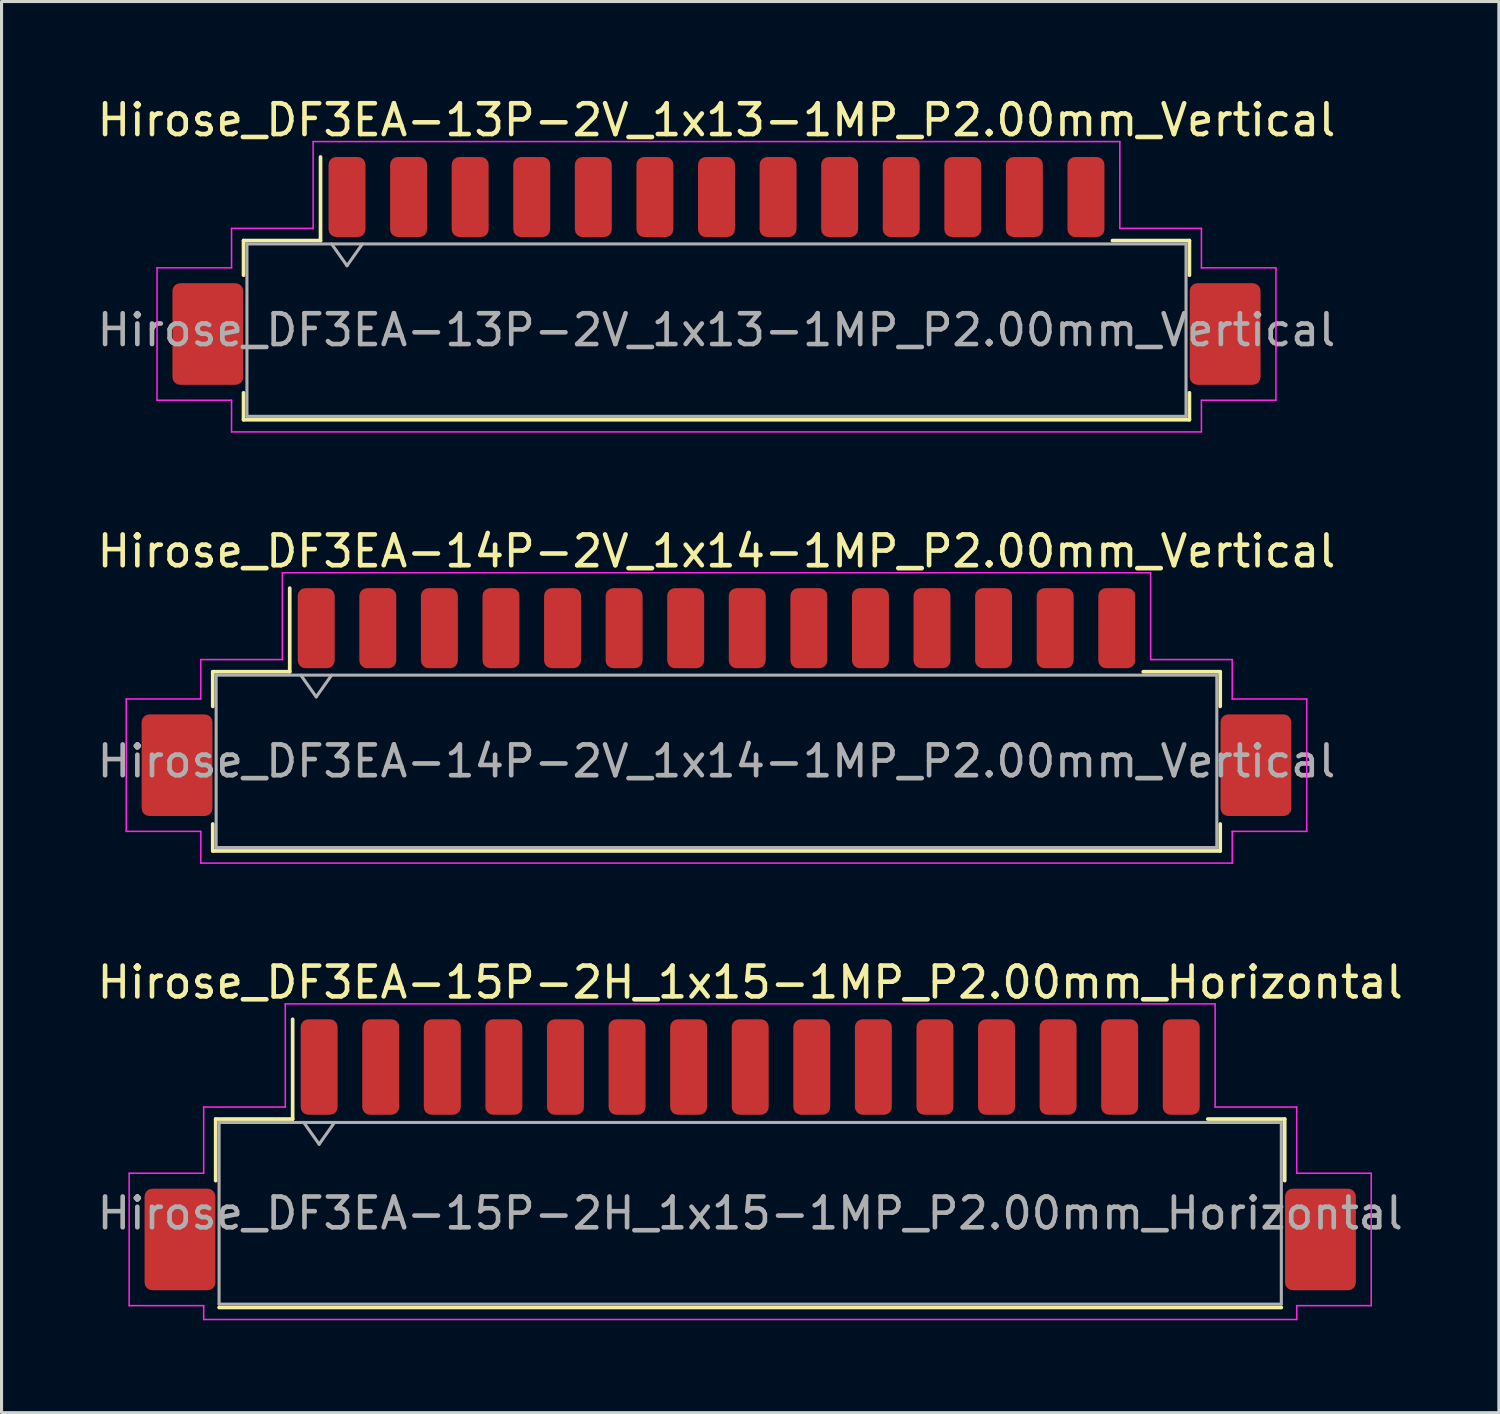
<source format=kicad_pcb>
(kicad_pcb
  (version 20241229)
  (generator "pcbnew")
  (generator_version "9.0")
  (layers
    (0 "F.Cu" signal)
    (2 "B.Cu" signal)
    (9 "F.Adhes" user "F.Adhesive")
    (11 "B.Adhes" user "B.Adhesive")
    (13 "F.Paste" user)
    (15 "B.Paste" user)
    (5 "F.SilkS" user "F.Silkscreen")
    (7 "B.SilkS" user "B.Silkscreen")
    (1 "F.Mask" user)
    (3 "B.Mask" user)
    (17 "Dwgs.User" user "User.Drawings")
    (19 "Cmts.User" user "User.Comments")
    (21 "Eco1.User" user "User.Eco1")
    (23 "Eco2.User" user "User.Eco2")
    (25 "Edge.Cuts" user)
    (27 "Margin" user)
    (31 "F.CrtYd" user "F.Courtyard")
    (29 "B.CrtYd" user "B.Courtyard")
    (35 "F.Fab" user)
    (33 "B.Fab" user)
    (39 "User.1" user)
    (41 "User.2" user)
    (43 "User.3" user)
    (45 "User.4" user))
  (footprint "Hirose_DF3EA-15P-2H_1x15-1MP_P2.00mm_Horizontal"
    (layer "F.Cu")
    (at 21.315 34.455)
    (property "Reference" "Hirose_DF3EA-15P-2H_1x15-1MP_P2.00mm_Horizontal" (at 0 -5.6 0) (layer "F.SilkS") (effects (font (size 1 1) (thickness 0.15))))
    (attr smd)
    (fp_line (start -17.36 -1.16) (end -14.86 -1.16) (stroke (width 0.12) (type solid)) (layer "F.SilkS"))
    (fp_line (start -17.36 0.84) (end -17.36 -1.16) (stroke (width 0.12) (type solid)) (layer "F.SilkS"))
    (fp_line (start -17.25 4.96) (end 17.25 4.96) (stroke (width 0.12) (type solid)) (layer "F.SilkS"))
    (fp_line (start -14.86 -1.16) (end -14.86 -4.4) (stroke (width 0.12) (type solid)) (layer "F.SilkS"))
    (fp_line (start 17.36 -1.16) (end 14.86 -1.16) (stroke (width 0.12) (type solid)) (layer "F.SilkS"))
    (fp_line (start 17.36 0.84) (end 17.36 -1.16) (stroke (width 0.12) (type solid)) (layer "F.SilkS"))
    (fp_line (start -20.17 0.6) (end -17.75 0.6) (stroke (width 0.05) (type solid)) (layer "F.CrtYd"))
    (fp_line (start -20.17 4.9) (end -20.17 0.6) (stroke (width 0.05) (type solid)) (layer "F.CrtYd"))
    (fp_line (start -17.75 -1.55) (end -15.1 -1.55) (stroke (width 0.05) (type solid)) (layer "F.CrtYd"))
    (fp_line (start -17.75 0.6) (end -17.75 -1.55) (stroke (width 0.05) (type solid)) (layer "F.CrtYd"))
    (fp_line (start -17.75 4.9) (end -20.17 4.9) (stroke (width 0.05) (type solid)) (layer "F.CrtYd"))
    (fp_line (start -17.75 5.35) (end -17.75 4.9) (stroke (width 0.05) (type solid)) (layer "F.CrtYd"))
    (fp_line (start -15.1 -4.9) (end 15.1 -4.9) (stroke (width 0.05) (type solid)) (layer "F.CrtYd"))
    (fp_line (start -15.1 -1.55) (end -15.1 -4.9) (stroke (width 0.05) (type solid)) (layer "F.CrtYd"))
    (fp_line (start 15.1 -4.9) (end 15.1 -1.55) (stroke (width 0.05) (type solid)) (layer "F.CrtYd"))
    (fp_line (start 15.1 -1.55) (end 17.75 -1.55) (stroke (width 0.05) (type solid)) (layer "F.CrtYd"))
    (fp_line (start 17.75 -1.55) (end 17.75 0.6) (stroke (width 0.05) (type solid)) (layer "F.CrtYd"))
    (fp_line (start 17.75 0.6) (end 20.17 0.6) (stroke (width 0.05) (type solid)) (layer "F.CrtYd"))
    (fp_line (start 17.75 4.9) (end 17.75 5.35) (stroke (width 0.05) (type solid)) (layer "F.CrtYd"))
    (fp_line (start 17.75 5.35) (end -17.75 5.35) (stroke (width 0.05) (type solid)) (layer "F.CrtYd"))
    (fp_line (start 20.17 0.6) (end 20.17 4.9) (stroke (width 0.05) (type solid)) (layer "F.CrtYd"))
    (fp_line (start 20.17 4.9) (end 17.75 4.9) (stroke (width 0.05) (type solid)) (layer "F.CrtYd"))
    (fp_line (start -17.25 -1.05) (end -17.25 4.85) (stroke (width 0.1) (type solid)) (layer "F.Fab"))
    (fp_line (start -17.25 -1.05) (end 17.25 -1.05) (stroke (width 0.1) (type solid)) (layer "F.Fab"))
    (fp_line (start -17.25 4.85) (end 17.25 4.85) (stroke (width 0.1) (type solid)) (layer "F.Fab"))
    (fp_line (start -14.5 -1.05) (end -14 -0.343) (stroke (width 0.1) (type solid)) (layer "F.Fab"))
    (fp_line (start -14 -0.343) (end -13.5 -1.05) (stroke (width 0.1) (type solid)) (layer "F.Fab"))
    (fp_line (start 17.25 -1.05) (end 17.25 4.85) (stroke (width 0.1) (type solid)) (layer "F.Fab"))
    (fp_text user "${REFERENCE}" (at 0 1.9 0) (layer "F.Fab") (effects (font (size 1 1) (thickness 0.15))))
    (pad "1" smd roundrect (at -14 -2.85) (size 1.2 3.1) (layers "F.Cu" "F.Mask" "F.Paste") (roundrect_rratio 0.208))
    (pad "2" smd roundrect (at -12 -2.85) (size 1.2 3.1) (layers "F.Cu" "F.Mask" "F.Paste") (roundrect_rratio 0.208))
    (pad "3" smd roundrect (at -10 -2.85) (size 1.2 3.1) (layers "F.Cu" "F.Mask" "F.Paste") (roundrect_rratio 0.208))
    (pad "4" smd roundrect (at -8 -2.85) (size 1.2 3.1) (layers "F.Cu" "F.Mask" "F.Paste") (roundrect_rratio 0.208))
    (pad "5" smd roundrect (at -6 -2.85) (size 1.2 3.1) (layers "F.Cu" "F.Mask" "F.Paste") (roundrect_rratio 0.208))
    (pad "6" smd roundrect (at -4 -2.85) (size 1.2 3.1) (layers "F.Cu" "F.Mask" "F.Paste") (roundrect_rratio 0.208))
    (pad "7" smd roundrect (at -2 -2.85) (size 1.2 3.1) (layers "F.Cu" "F.Mask" "F.Paste") (roundrect_rratio 0.208))
    (pad "8" smd roundrect (at 0 -2.85) (size 1.2 3.1) (layers "F.Cu" "F.Mask" "F.Paste") (roundrect_rratio 0.208))
    (pad "9" smd roundrect (at 2 -2.85) (size 1.2 3.1) (layers "F.Cu" "F.Mask" "F.Paste") (roundrect_rratio 0.208))
    (pad "10" smd roundrect (at 4 -2.85) (size 1.2 3.1) (layers "F.Cu" "F.Mask" "F.Paste") (roundrect_rratio 0.208))
    (pad "11" smd roundrect (at 6 -2.85) (size 1.2 3.1) (layers "F.Cu" "F.Mask" "F.Paste") (roundrect_rratio 0.208))
    (pad "12" smd roundrect (at 8 -2.85) (size 1.2 3.1) (layers "F.Cu" "F.Mask" "F.Paste") (roundrect_rratio 0.208))
    (pad "13" smd roundrect (at 10 -2.85) (size 1.2 3.1) (layers "F.Cu" "F.Mask" "F.Paste") (roundrect_rratio 0.208))
    (pad "14" smd roundrect (at 12 -2.85) (size 1.2 3.1) (layers "F.Cu" "F.Mask" "F.Paste") (roundrect_rratio 0.208))
    (pad "15" smd roundrect (at 14 -2.85) (size 1.2 3.1) (layers "F.Cu" "F.Mask" "F.Paste") (roundrect_rratio 0.208))
    (pad "MP" smd roundrect (at -18.52 2.75) (size 2.3 3.3) (layers "F.Cu" "F.Mask" "F.Paste") (roundrect_rratio 0.109))
    (pad "MP" smd roundrect (at 18.52 2.75) (size 2.3 3.3) (layers "F.Cu" "F.Mask" "F.Paste") (roundrect_rratio 0.109)))
  (footprint "Hirose_DF3EA-13P-2V_1x13-1MP_P2.00mm_Vertical"
    (layer "F.Cu")
    (at 20.22 5.748)
    (property "Reference" "Hirose_DF3EA-13P-2V_1x13-1MP_P2.00mm_Vertical" (at 0 -4.9 0) (layer "F.SilkS") (effects (font (size 1 1) (thickness 0.15))))
    (attr smd)
    (fp_line (start -15.36 -0.985) (end -12.86 -0.985) (stroke (width 0.12) (type solid)) (layer "F.SilkS"))
    (fp_line (start -15.36 0.14) (end -15.36 -0.985) (stroke (width 0.12) (type solid)) (layer "F.SilkS"))
    (fp_line (start -15.36 3.96) (end -15.36 4.835) (stroke (width 0.12) (type solid)) (layer "F.SilkS"))
    (fp_line (start -15.36 4.835) (end 15.36 4.835) (stroke (width 0.12) (type solid)) (layer "F.SilkS"))
    (fp_line (start -12.86 -0.985) (end -12.86 -3.7) (stroke (width 0.12) (type solid)) (layer "F.SilkS"))
    (fp_line (start 15.36 -0.985) (end 12.86 -0.985) (stroke (width 0.12) (type solid)) (layer "F.SilkS"))
    (fp_line (start 15.36 0.14) (end 15.36 -0.985) (stroke (width 0.12) (type solid)) (layer "F.SilkS"))
    (fp_line (start 15.36 4.835) (end 15.36 3.96) (stroke (width 0.12) (type solid)) (layer "F.SilkS"))
    (fp_line (start -18.17 -0.1) (end -15.75 -0.1) (stroke (width 0.05) (type solid)) (layer "F.CrtYd"))
    (fp_line (start -18.17 4.2) (end -18.17 -0.1) (stroke (width 0.05) (type solid)) (layer "F.CrtYd"))
    (fp_line (start -15.75 -1.38) (end -13.1 -1.38) (stroke (width 0.05) (type solid)) (layer "F.CrtYd"))
    (fp_line (start -15.75 -0.1) (end -15.75 -1.38) (stroke (width 0.05) (type solid)) (layer "F.CrtYd"))
    (fp_line (start -15.75 4.2) (end -18.17 4.2) (stroke (width 0.05) (type solid)) (layer "F.CrtYd"))
    (fp_line (start -15.75 5.23) (end -15.75 4.2) (stroke (width 0.05) (type solid)) (layer "F.CrtYd"))
    (fp_line (start -13.1 -4.2) (end 13.1 -4.2) (stroke (width 0.05) (type solid)) (layer "F.CrtYd"))
    (fp_line (start -13.1 -1.38) (end -13.1 -4.2) (stroke (width 0.05) (type solid)) (layer "F.CrtYd"))
    (fp_line (start 13.1 -4.2) (end 13.1 -1.38) (stroke (width 0.05) (type solid)) (layer "F.CrtYd"))
    (fp_line (start 13.1 -1.38) (end 15.75 -1.38) (stroke (width 0.05) (type solid)) (layer "F.CrtYd"))
    (fp_line (start 15.75 -1.38) (end 15.75 -0.1) (stroke (width 0.05) (type solid)) (layer "F.CrtYd"))
    (fp_line (start 15.75 -0.1) (end 18.17 -0.1) (stroke (width 0.05) (type solid)) (layer "F.CrtYd"))
    (fp_line (start 15.75 4.2) (end 15.75 5.23) (stroke (width 0.05) (type solid)) (layer "F.CrtYd"))
    (fp_line (start 15.75 5.23) (end -15.75 5.23) (stroke (width 0.05) (type solid)) (layer "F.CrtYd"))
    (fp_line (start 18.17 -0.1) (end 18.17 4.2) (stroke (width 0.05) (type solid)) (layer "F.CrtYd"))
    (fp_line (start 18.17 4.2) (end 15.75 4.2) (stroke (width 0.05) (type solid)) (layer "F.CrtYd"))
    (fp_line (start -15.25 -0.875) (end -15.25 4.725) (stroke (width 0.1) (type solid)) (layer "F.Fab"))
    (fp_line (start -15.25 -0.875) (end 15.25 -0.875) (stroke (width 0.1) (type solid)) (layer "F.Fab"))
    (fp_line (start -15.25 4.725) (end 15.25 4.725) (stroke (width 0.1) (type solid)) (layer "F.Fab"))
    (fp_line (start -12.5 -0.875) (end -12 -0.168) (stroke (width 0.1) (type solid)) (layer "F.Fab"))
    (fp_line (start -12 -0.168) (end -11.5 -0.875) (stroke (width 0.1) (type solid)) (layer "F.Fab"))
    (fp_line (start 15.25 -0.875) (end 15.25 4.725) (stroke (width 0.1) (type solid)) (layer "F.Fab"))
    (fp_text user "${REFERENCE}" (at 0 1.92 0) (layer "F.Fab") (effects (font (size 1 1) (thickness 0.15))))
    (pad "1" smd roundrect (at -12 -2.4) (size 1.2 2.6) (layers "F.Cu" "F.Mask" "F.Paste") (roundrect_rratio 0.208))
    (pad "2" smd roundrect (at -10 -2.4) (size 1.2 2.6) (layers "F.Cu" "F.Mask" "F.Paste") (roundrect_rratio 0.208))
    (pad "3" smd roundrect (at -8 -2.4) (size 1.2 2.6) (layers "F.Cu" "F.Mask" "F.Paste") (roundrect_rratio 0.208))
    (pad "4" smd roundrect (at -6 -2.4) (size 1.2 2.6) (layers "F.Cu" "F.Mask" "F.Paste") (roundrect_rratio 0.208))
    (pad "5" smd roundrect (at -4 -2.4) (size 1.2 2.6) (layers "F.Cu" "F.Mask" "F.Paste") (roundrect_rratio 0.208))
    (pad "6" smd roundrect (at -2 -2.4) (size 1.2 2.6) (layers "F.Cu" "F.Mask" "F.Paste") (roundrect_rratio 0.208))
    (pad "7" smd roundrect (at 0 -2.4) (size 1.2 2.6) (layers "F.Cu" "F.Mask" "F.Paste") (roundrect_rratio 0.208))
    (pad "8" smd roundrect (at 2 -2.4) (size 1.2 2.6) (layers "F.Cu" "F.Mask" "F.Paste") (roundrect_rratio 0.208))
    (pad "9" smd roundrect (at 4 -2.4) (size 1.2 2.6) (layers "F.Cu" "F.Mask" "F.Paste") (roundrect_rratio 0.208))
    (pad "10" smd roundrect (at 6 -2.4) (size 1.2 2.6) (layers "F.Cu" "F.Mask" "F.Paste") (roundrect_rratio 0.208))
    (pad "11" smd roundrect (at 8 -2.4) (size 1.2 2.6) (layers "F.Cu" "F.Mask" "F.Paste") (roundrect_rratio 0.208))
    (pad "12" smd roundrect (at 10 -2.4) (size 1.2 2.6) (layers "F.Cu" "F.Mask" "F.Paste") (roundrect_rratio 0.208))
    (pad "13" smd roundrect (at 12 -2.4) (size 1.2 2.6) (layers "F.Cu" "F.Mask" "F.Paste") (roundrect_rratio 0.208))
    (pad "MP" smd roundrect (at -16.52 2.05) (size 2.3 3.3) (layers "F.Cu" "F.Mask" "F.Paste") (roundrect_rratio 0.109))
    (pad "MP" smd roundrect (at 16.52 2.05) (size 2.3 3.3) (layers "F.Cu" "F.Mask" "F.Paste") (roundrect_rratio 0.109)))
  (footprint "Hirose_DF3EA-14P-2V_1x14-1MP_P2.00mm_Vertical"
    (layer "F.Cu")
    (at 20.22 19.752)
    (property "Reference" "Hirose_DF3EA-14P-2V_1x14-1MP_P2.00mm_Vertical" (at 0 -4.9 0) (layer "F.SilkS") (effects (font (size 1 1) (thickness 0.15))))
    (attr smd)
    (fp_line (start -16.36 -0.985) (end -13.86 -0.985) (stroke (width 0.12) (type solid)) (layer "F.SilkS"))
    (fp_line (start -16.36 0.14) (end -16.36 -0.985) (stroke (width 0.12) (type solid)) (layer "F.SilkS"))
    (fp_line (start -16.36 3.96) (end -16.36 4.835) (stroke (width 0.12) (type solid)) (layer "F.SilkS"))
    (fp_line (start -16.36 4.835) (end 16.36 4.835) (stroke (width 0.12) (type solid)) (layer "F.SilkS"))
    (fp_line (start -13.86 -0.985) (end -13.86 -3.7) (stroke (width 0.12) (type solid)) (layer "F.SilkS"))
    (fp_line (start 16.36 -0.985) (end 13.86 -0.985) (stroke (width 0.12) (type solid)) (layer "F.SilkS"))
    (fp_line (start 16.36 0.14) (end 16.36 -0.985) (stroke (width 0.12) (type solid)) (layer "F.SilkS"))
    (fp_line (start 16.36 4.835) (end 16.36 3.96) (stroke (width 0.12) (type solid)) (layer "F.SilkS"))
    (fp_line (start -19.17 -0.1) (end -16.75 -0.1) (stroke (width 0.05) (type solid)) (layer "F.CrtYd"))
    (fp_line (start -19.17 4.2) (end -19.17 -0.1) (stroke (width 0.05) (type solid)) (layer "F.CrtYd"))
    (fp_line (start -16.75 -1.38) (end -14.1 -1.38) (stroke (width 0.05) (type solid)) (layer "F.CrtYd"))
    (fp_line (start -16.75 -0.1) (end -16.75 -1.38) (stroke (width 0.05) (type solid)) (layer "F.CrtYd"))
    (fp_line (start -16.75 4.2) (end -19.17 4.2) (stroke (width 0.05) (type solid)) (layer "F.CrtYd"))
    (fp_line (start -16.75 5.23) (end -16.75 4.2) (stroke (width 0.05) (type solid)) (layer "F.CrtYd"))
    (fp_line (start -14.1 -4.2) (end 14.1 -4.2) (stroke (width 0.05) (type solid)) (layer "F.CrtYd"))
    (fp_line (start -14.1 -1.38) (end -14.1 -4.2) (stroke (width 0.05) (type solid)) (layer "F.CrtYd"))
    (fp_line (start 14.1 -4.2) (end 14.1 -1.38) (stroke (width 0.05) (type solid)) (layer "F.CrtYd"))
    (fp_line (start 14.1 -1.38) (end 16.75 -1.38) (stroke (width 0.05) (type solid)) (layer "F.CrtYd"))
    (fp_line (start 16.75 -1.38) (end 16.75 -0.1) (stroke (width 0.05) (type solid)) (layer "F.CrtYd"))
    (fp_line (start 16.75 -0.1) (end 19.17 -0.1) (stroke (width 0.05) (type solid)) (layer "F.CrtYd"))
    (fp_line (start 16.75 4.2) (end 16.75 5.23) (stroke (width 0.05) (type solid)) (layer "F.CrtYd"))
    (fp_line (start 16.75 5.23) (end -16.75 5.23) (stroke (width 0.05) (type solid)) (layer "F.CrtYd"))
    (fp_line (start 19.17 -0.1) (end 19.17 4.2) (stroke (width 0.05) (type solid)) (layer "F.CrtYd"))
    (fp_line (start 19.17 4.2) (end 16.75 4.2) (stroke (width 0.05) (type solid)) (layer "F.CrtYd"))
    (fp_line (start -16.25 -0.875) (end -16.25 4.725) (stroke (width 0.1) (type solid)) (layer "F.Fab"))
    (fp_line (start -16.25 -0.875) (end 16.25 -0.875) (stroke (width 0.1) (type solid)) (layer "F.Fab"))
    (fp_line (start -16.25 4.725) (end 16.25 4.725) (stroke (width 0.1) (type solid)) (layer "F.Fab"))
    (fp_line (start -13.5 -0.875) (end -13 -0.168) (stroke (width 0.1) (type solid)) (layer "F.Fab"))
    (fp_line (start -13 -0.168) (end -12.5 -0.875) (stroke (width 0.1) (type solid)) (layer "F.Fab"))
    (fp_line (start 16.25 -0.875) (end 16.25 4.725) (stroke (width 0.1) (type solid)) (layer "F.Fab"))
    (fp_text user "${REFERENCE}" (at 0 1.92 0) (layer "F.Fab") (effects (font (size 1 1) (thickness 0.15))))
    (pad "1" smd roundrect (at -13 -2.4) (size 1.2 2.6) (layers "F.Cu" "F.Mask" "F.Paste") (roundrect_rratio 0.208))
    (pad "2" smd roundrect (at -11 -2.4) (size 1.2 2.6) (layers "F.Cu" "F.Mask" "F.Paste") (roundrect_rratio 0.208))
    (pad "3" smd roundrect (at -9 -2.4) (size 1.2 2.6) (layers "F.Cu" "F.Mask" "F.Paste") (roundrect_rratio 0.208))
    (pad "4" smd roundrect (at -7 -2.4) (size 1.2 2.6) (layers "F.Cu" "F.Mask" "F.Paste") (roundrect_rratio 0.208))
    (pad "5" smd roundrect (at -5 -2.4) (size 1.2 2.6) (layers "F.Cu" "F.Mask" "F.Paste") (roundrect_rratio 0.208))
    (pad "6" smd roundrect (at -3 -2.4) (size 1.2 2.6) (layers "F.Cu" "F.Mask" "F.Paste") (roundrect_rratio 0.208))
    (pad "7" smd roundrect (at -1 -2.4) (size 1.2 2.6) (layers "F.Cu" "F.Mask" "F.Paste") (roundrect_rratio 0.208))
    (pad "8" smd roundrect (at 1 -2.4) (size 1.2 2.6) (layers "F.Cu" "F.Mask" "F.Paste") (roundrect_rratio 0.208))
    (pad "9" smd roundrect (at 3 -2.4) (size 1.2 2.6) (layers "F.Cu" "F.Mask" "F.Paste") (roundrect_rratio 0.208))
    (pad "10" smd roundrect (at 5 -2.4) (size 1.2 2.6) (layers "F.Cu" "F.Mask" "F.Paste") (roundrect_rratio 0.208))
    (pad "11" smd roundrect (at 7 -2.4) (size 1.2 2.6) (layers "F.Cu" "F.Mask" "F.Paste") (roundrect_rratio 0.208))
    (pad "12" smd roundrect (at 9 -2.4) (size 1.2 2.6) (layers "F.Cu" "F.Mask" "F.Paste") (roundrect_rratio 0.208))
    (pad "13" smd roundrect (at 11 -2.4) (size 1.2 2.6) (layers "F.Cu" "F.Mask" "F.Paste") (roundrect_rratio 0.208))
    (pad "14" smd roundrect (at 13 -2.4) (size 1.2 2.6) (layers "F.Cu" "F.Mask" "F.Paste") (roundrect_rratio 0.208))
    (pad "MP" smd roundrect (at -17.52 2.05) (size 2.3 3.3) (layers "F.Cu" "F.Mask" "F.Paste") (roundrect_rratio 0.109))
    (pad "MP" smd roundrect (at 17.52 2.05) (size 2.3 3.3) (layers "F.Cu" "F.Mask" "F.Paste") (roundrect_rratio 0.109)))
  (gr_rect
    (start -3 -3)
    (end 45.631 42.83)
    (stroke (width 0.1) (type default))
    (fill no)
    (layer "Edge.Cuts")))
</source>
